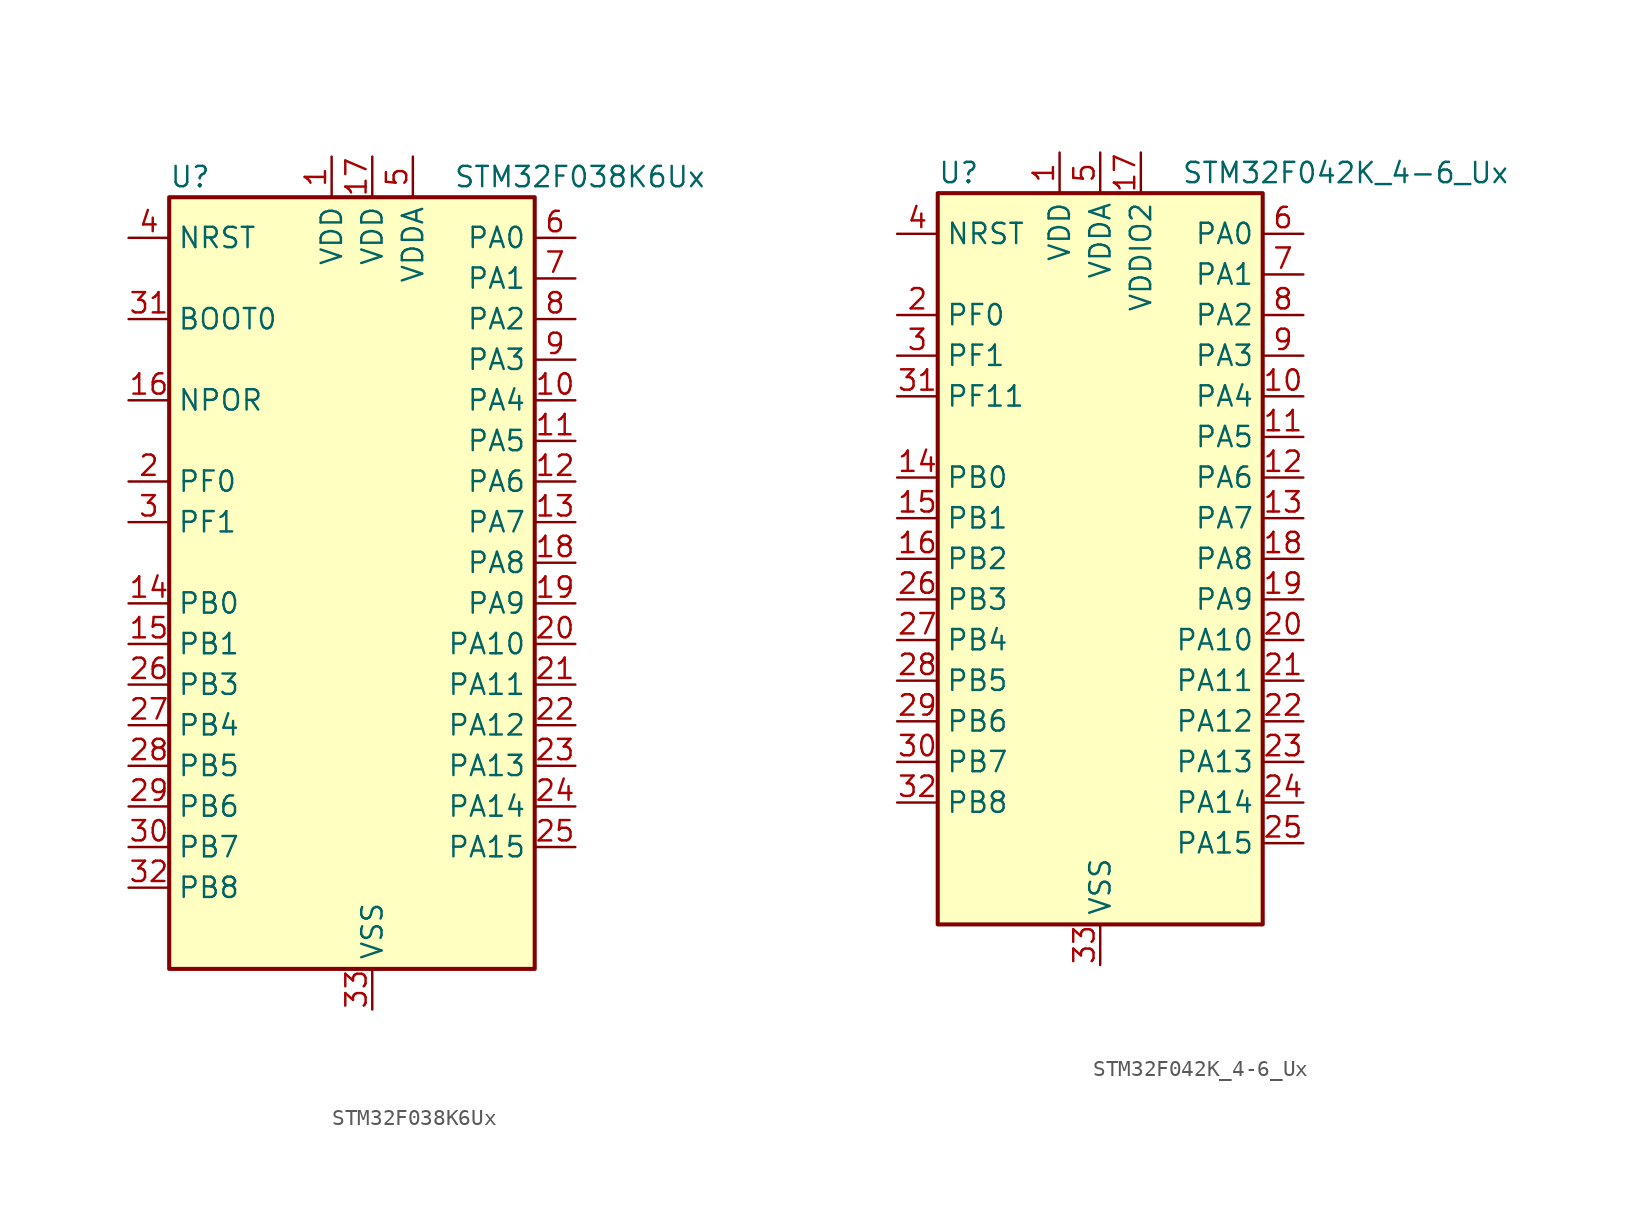
<source format=kicad_sym>
(kicad_symbol_lib
  (version 20220914)
  (generator kicad_symbol_editor)
  (symbol "STM32F038K6Ux"
    (property "Reference" "U"
      (at -10.16 26.67 0)
      (effects (font (size 1.27 1.27)) (justify left)))
    (property "Value" "STM32F038K6Ux"
      (at 7.62 26.67 0)
      (effects (font (size 1.27 1.27)) (justify left)))
    (property "ki_locked" ""
      (at 0 0 0)
      (effects (font (size 1.27 1.27))))
    (symbol "STM32F038K6Ux_0_1"
      (rectangle (start -10.16 -22.86) (end 12.7 25.4) (stroke (width 0.254) (type default)) (fill (type background))))
    (symbol "STM32F038K6Ux_1_1"
      (pin power_in line (at 0 27.94 270) (length 2.54) (name "VDD" (effects (font (size 1.27 1.27)))) (number "1" (effects (font (size 1.27 1.27)))))
      (pin bidirectional line (at 15.24 12.7 180) (length 2.54) (name "PA4" (effects (font (size 1.27 1.27)))) (number "10" (effects (font (size 1.27 1.27)))) (alternate "ADC_IN4" bidirectional line) (alternate "I2S1_WS" bidirectional line) (alternate "SPI1_NSS" bidirectional line) (alternate "TIM14_CH1" bidirectional line) (alternate "USART1_CK" bidirectional line))
      (pin bidirectional line (at 15.24 10.16 180) (length 2.54) (name "PA5" (effects (font (size 1.27 1.27)))) (number "11" (effects (font (size 1.27 1.27)))) (alternate "ADC_IN5" bidirectional line) (alternate "I2S1_CK" bidirectional line) (alternate "SPI1_SCK" bidirectional line) (alternate "TIM2_CH1" bidirectional line) (alternate "TIM2_ETR" bidirectional line))
      (pin bidirectional line (at 15.24 7.62 180) (length 2.54) (name "PA6" (effects (font (size 1.27 1.27)))) (number "12" (effects (font (size 1.27 1.27)))) (alternate "ADC_IN6" bidirectional line) (alternate "I2S1_MCK" bidirectional line) (alternate "SPI1_MISO" bidirectional line) (alternate "TIM16_CH1" bidirectional line) (alternate "TIM1_BKIN" bidirectional line) (alternate "TIM3_CH1" bidirectional line))
      (pin bidirectional line (at 15.24 5.08 180) (length 2.54) (name "PA7" (effects (font (size 1.27 1.27)))) (number "13" (effects (font (size 1.27 1.27)))) (alternate "ADC_IN7" bidirectional line) (alternate "I2S1_SD" bidirectional line) (alternate "SPI1_MOSI" bidirectional line) (alternate "TIM14_CH1" bidirectional line) (alternate "TIM17_CH1" bidirectional line) (alternate "TIM1_CH1N" bidirectional line) (alternate "TIM3_CH2" bidirectional line))
      (pin bidirectional line (at -12.7 0 0) (length 2.54) (name "PB0" (effects (font (size 1.27 1.27)))) (number "14" (effects (font (size 1.27 1.27)))) (alternate "ADC_IN8" bidirectional line) (alternate "TIM1_CH2N" bidirectional line) (alternate "TIM3_CH3" bidirectional line))
      (pin bidirectional line (at -12.7 -2.54 0) (length 2.54) (name "PB1" (effects (font (size 1.27 1.27)))) (number "15" (effects (font (size 1.27 1.27)))) (alternate "ADC_IN9" bidirectional line) (alternate "TIM14_CH1" bidirectional line) (alternate "TIM1_CH3N" bidirectional line) (alternate "TIM3_CH4" bidirectional line))
      (pin input line (at -12.7 12.7 0) (length 2.54) (name "NPOR" (effects (font (size 1.27 1.27)))) (number "16" (effects (font (size 1.27 1.27)))))
      (pin power_in line (at 2.54 27.94 270) (length 2.54) (name "VDD" (effects (font (size 1.27 1.27)))) (number "17" (effects (font (size 1.27 1.27)))))
      (pin bidirectional line (at 15.24 2.54 180) (length 2.54) (name "PA8" (effects (font (size 1.27 1.27)))) (number "18" (effects (font (size 1.27 1.27)))) (alternate "RCC_MCO" bidirectional line) (alternate "TIM1_CH1" bidirectional line) (alternate "USART1_CK" bidirectional line))
      (pin bidirectional line (at 15.24 0 180) (length 2.54) (name "PA9" (effects (font (size 1.27 1.27)))) (number "19" (effects (font (size 1.27 1.27)))) (alternate "I2C1_SCL" bidirectional line) (alternate "TIM1_CH2" bidirectional line) (alternate "USART1_TX" bidirectional line))
      (pin bidirectional line (at -12.7 7.62 0) (length 2.54) (name "PF0" (effects (font (size 1.27 1.27)))) (number "2" (effects (font (size 1.27 1.27)))) (alternate "RCC_OSC_IN" bidirectional line))
      (pin bidirectional line (at 15.24 -2.54 180) (length 2.54) (name "PA10" (effects (font (size 1.27 1.27)))) (number "20" (effects (font (size 1.27 1.27)))) (alternate "I2C1_SDA" bidirectional line) (alternate "TIM17_BKIN" bidirectional line) (alternate "TIM1_CH3" bidirectional line) (alternate "USART1_RX" bidirectional line))
      (pin bidirectional line (at 15.24 -5.08 180) (length 2.54) (name "PA11" (effects (font (size 1.27 1.27)))) (number "21" (effects (font (size 1.27 1.27)))) (alternate "TIM1_CH4" bidirectional line) (alternate "USART1_CTS" bidirectional line))
      (pin bidirectional line (at 15.24 -7.62 180) (length 2.54) (name "PA12" (effects (font (size 1.27 1.27)))) (number "22" (effects (font (size 1.27 1.27)))) (alternate "TIM1_ETR" bidirectional line) (alternate "USART1_DE" bidirectional line) (alternate "USART1_RTS" bidirectional line))
      (pin bidirectional line (at 15.24 -10.16 180) (length 2.54) (name "PA13" (effects (font (size 1.27 1.27)))) (number "23" (effects (font (size 1.27 1.27)))) (alternate "IR_OUT" bidirectional line) (alternate "SYS_SWDIO" bidirectional line))
      (pin bidirectional line (at 15.24 -12.7 180) (length 2.54) (name "PA14" (effects (font (size 1.27 1.27)))) (number "24" (effects (font (size 1.27 1.27)))) (alternate "SYS_SWCLK" bidirectional line) (alternate "USART1_TX" bidirectional line))
      (pin bidirectional line (at 15.24 -15.24 180) (length 2.54) (name "PA15" (effects (font (size 1.27 1.27)))) (number "25" (effects (font (size 1.27 1.27)))) (alternate "I2S1_WS" bidirectional line) (alternate "SPI1_NSS" bidirectional line) (alternate "TIM2_CH1" bidirectional line) (alternate "TIM2_ETR" bidirectional line) (alternate "USART1_RX" bidirectional line))
      (pin bidirectional line (at -12.7 -5.08 0) (length 2.54) (name "PB3" (effects (font (size 1.27 1.27)))) (number "26" (effects (font (size 1.27 1.27)))) (alternate "I2S1_CK" bidirectional line) (alternate "SPI1_SCK" bidirectional line) (alternate "TIM2_CH2" bidirectional line))
      (pin bidirectional line (at -12.7 -7.62 0) (length 2.54) (name "PB4" (effects (font (size 1.27 1.27)))) (number "27" (effects (font (size 1.27 1.27)))) (alternate "I2S1_MCK" bidirectional line) (alternate "SPI1_MISO" bidirectional line) (alternate "TIM3_CH1" bidirectional line))
      (pin bidirectional line (at -12.7 -10.16 0) (length 2.54) (name "PB5" (effects (font (size 1.27 1.27)))) (number "28" (effects (font (size 1.27 1.27)))) (alternate "I2C1_SMBA" bidirectional line) (alternate "I2S1_SD" bidirectional line) (alternate "SPI1_MOSI" bidirectional line) (alternate "TIM16_BKIN" bidirectional line) (alternate "TIM3_CH2" bidirectional line))
      (pin bidirectional line (at -12.7 -12.7 0) (length 2.54) (name "PB6" (effects (font (size 1.27 1.27)))) (number "29" (effects (font (size 1.27 1.27)))) (alternate "I2C1_SCL" bidirectional line) (alternate "TIM16_CH1N" bidirectional line) (alternate "USART1_TX" bidirectional line))
      (pin bidirectional line (at -12.7 5.08 0) (length 2.54) (name "PF1" (effects (font (size 1.27 1.27)))) (number "3" (effects (font (size 1.27 1.27)))) (alternate "RCC_OSC_OUT" bidirectional line))
      (pin bidirectional line (at -12.7 -15.24 0) (length 2.54) (name "PB7" (effects (font (size 1.27 1.27)))) (number "30" (effects (font (size 1.27 1.27)))) (alternate "I2C1_SDA" bidirectional line) (alternate "TIM17_CH1N" bidirectional line) (alternate "USART1_RX" bidirectional line))
      (pin input line (at -12.7 17.78 0) (length 2.54) (name "BOOT0" (effects (font (size 1.27 1.27)))) (number "31" (effects (font (size 1.27 1.27)))))
      (pin bidirectional line (at -12.7 -17.78 0) (length 2.54) (name "PB8" (effects (font (size 1.27 1.27)))) (number "32" (effects (font (size 1.27 1.27)))) (alternate "I2C1_SCL" bidirectional line) (alternate "TIM16_CH1" bidirectional line))
      (pin power_in line (at 2.54 -25.4 90) (length 2.54) (name "VSS" (effects (font (size 1.27 1.27)))) (number "33" (effects (font (size 1.27 1.27)))))
      (pin input line (at -12.7 22.86 0) (length 2.54) (name "NRST" (effects (font (size 1.27 1.27)))) (number "4" (effects (font (size 1.27 1.27)))))
      (pin power_in line (at 5.08 27.94 270) (length 2.54) (name "VDDA" (effects (font (size 1.27 1.27)))) (number "5" (effects (font (size 1.27 1.27)))))
      (pin bidirectional line (at 15.24 22.86 180) (length 2.54) (name "PA0" (effects (font (size 1.27 1.27)))) (number "6" (effects (font (size 1.27 1.27)))) (alternate "ADC_IN0" bidirectional line) (alternate "RTC_TAMP2" bidirectional line) (alternate "SYS_WKUP1" bidirectional line) (alternate "TIM2_CH1" bidirectional line) (alternate "TIM2_ETR" bidirectional line) (alternate "USART1_CTS" bidirectional line))
      (pin bidirectional line (at 15.24 20.32 180) (length 2.54) (name "PA1" (effects (font (size 1.27 1.27)))) (number "7" (effects (font (size 1.27 1.27)))) (alternate "ADC_IN1" bidirectional line) (alternate "TIM2_CH2" bidirectional line) (alternate "USART1_DE" bidirectional line) (alternate "USART1_RTS" bidirectional line))
      (pin bidirectional line (at 15.24 17.78 180) (length 2.54) (name "PA2" (effects (font (size 1.27 1.27)))) (number "8" (effects (font (size 1.27 1.27)))) (alternate "ADC_IN2" bidirectional line) (alternate "TIM2_CH3" bidirectional line) (alternate "USART1_TX" bidirectional line))
      (pin bidirectional line (at 15.24 15.24 180) (length 2.54) (name "PA3" (effects (font (size 1.27 1.27)))) (number "9" (effects (font (size 1.27 1.27)))) (alternate "ADC_IN3" bidirectional line) (alternate "TIM2_CH4" bidirectional line) (alternate "USART1_RX" bidirectional line))))
  (symbol "STM32F042K_4-6_Ux"
    (property "Reference" "U"
      (at -10.16 24.13 0)
      (effects (font (size 1.27 1.27)) (justify left)))
    (property "Value" "STM32F042K_4-6_Ux"
      (at 5.08 24.13 0)
      (effects (font (size 1.27 1.27)) (justify left)))
    (property "ki_locked" ""
      (at 0 0 0)
      (effects (font (size 1.27 1.27))))
    (symbol "STM32F042K_4-6_Ux_0_1"
      (rectangle (start -10.16 -22.86) (end 10.16 22.86) (stroke (width 0.254) (type default)) (fill (type background))))
    (symbol "STM32F042K_4-6_Ux_1_1"
      (pin power_in line (at -2.54 25.4 270) (length 2.54) (name "VDD" (effects (font (size 1.27 1.27)))) (number "1" (effects (font (size 1.27 1.27)))))
      (pin bidirectional line (at 12.7 10.16 180) (length 2.54) (name "PA4" (effects (font (size 1.27 1.27)))) (number "10" (effects (font (size 1.27 1.27)))) (alternate "ADC_IN4" bidirectional line) (alternate "I2S1_WS" bidirectional line) (alternate "SPI1_NSS" bidirectional line) (alternate "TIM14_CH1" bidirectional line) (alternate "TSC_G2_IO1" bidirectional line) (alternate "USART2_CK" bidirectional line) (alternate "USB_NOE" bidirectional line))
      (pin bidirectional line (at 12.7 7.62 180) (length 2.54) (name "PA5" (effects (font (size 1.27 1.27)))) (number "11" (effects (font (size 1.27 1.27)))) (alternate "ADC_IN5" bidirectional line) (alternate "CEC" bidirectional line) (alternate "I2S1_CK" bidirectional line) (alternate "SPI1_SCK" bidirectional line) (alternate "TIM2_CH1" bidirectional line) (alternate "TIM2_ETR" bidirectional line) (alternate "TSC_G2_IO2" bidirectional line))
      (pin bidirectional line (at 12.7 5.08 180) (length 2.54) (name "PA6" (effects (font (size 1.27 1.27)))) (number "12" (effects (font (size 1.27 1.27)))) (alternate "ADC_IN6" bidirectional line) (alternate "I2S1_MCK" bidirectional line) (alternate "SPI1_MISO" bidirectional line) (alternate "TIM16_CH1" bidirectional line) (alternate "TIM1_BKIN" bidirectional line) (alternate "TIM3_CH1" bidirectional line) (alternate "TSC_G2_IO3" bidirectional line))
      (pin bidirectional line (at 12.7 2.54 180) (length 2.54) (name "PA7" (effects (font (size 1.27 1.27)))) (number "13" (effects (font (size 1.27 1.27)))) (alternate "ADC_IN7" bidirectional line) (alternate "I2S1_SD" bidirectional line) (alternate "SPI1_MOSI" bidirectional line) (alternate "TIM14_CH1" bidirectional line) (alternate "TIM17_CH1" bidirectional line) (alternate "TIM1_CH1N" bidirectional line) (alternate "TIM3_CH2" bidirectional line) (alternate "TSC_G2_IO4" bidirectional line))
      (pin bidirectional line (at -12.7 5.08 0) (length 2.54) (name "PB0" (effects (font (size 1.27 1.27)))) (number "14" (effects (font (size 1.27 1.27)))) (alternate "ADC_IN8" bidirectional line) (alternate "TIM1_CH2N" bidirectional line) (alternate "TIM3_CH3" bidirectional line) (alternate "TSC_G3_IO2" bidirectional line))
      (pin bidirectional line (at -12.7 2.54 0) (length 2.54) (name "PB1" (effects (font (size 1.27 1.27)))) (number "15" (effects (font (size 1.27 1.27)))) (alternate "ADC_IN9" bidirectional line) (alternate "TIM14_CH1" bidirectional line) (alternate "TIM1_CH3N" bidirectional line) (alternate "TIM3_CH4" bidirectional line) (alternate "TSC_G3_IO3" bidirectional line))
      (pin bidirectional line (at -12.7 0 0) (length 2.54) (name "PB2" (effects (font (size 1.27 1.27)))) (number "16" (effects (font (size 1.27 1.27)))) (alternate "TSC_G3_IO4" bidirectional line))
      (pin power_in line (at 2.54 25.4 270) (length 2.54) (name "VDDIO2" (effects (font (size 1.27 1.27)))) (number "17" (effects (font (size 1.27 1.27)))))
      (pin bidirectional line (at 12.7 0 180) (length 2.54) (name "PA8" (effects (font (size 1.27 1.27)))) (number "18" (effects (font (size 1.27 1.27)))) (alternate "CRS_SYNC" bidirectional line) (alternate "RCC_MCO" bidirectional line) (alternate "TIM1_CH1" bidirectional line) (alternate "USART1_CK" bidirectional line))
      (pin bidirectional line (at 12.7 -2.54 180) (length 2.54) (name "PA9" (effects (font (size 1.27 1.27)))) (number "19" (effects (font (size 1.27 1.27)))) (alternate "I2C1_SCL" bidirectional line) (alternate "TIM1_CH2" bidirectional line) (alternate "TSC_G4_IO1" bidirectional line) (alternate "USART1_TX" bidirectional line))
      (pin bidirectional line (at -12.7 15.24 0) (length 2.54) (name "PF0" (effects (font (size 1.27 1.27)))) (number "2" (effects (font (size 1.27 1.27)))) (alternate "CRS_SYNC" bidirectional line) (alternate "I2C1_SDA" bidirectional line) (alternate "RCC_OSC_IN" bidirectional line))
      (pin bidirectional line (at 12.7 -5.08 180) (length 2.54) (name "PA10" (effects (font (size 1.27 1.27)))) (number "20" (effects (font (size 1.27 1.27)))) (alternate "I2C1_SDA" bidirectional line) (alternate "TIM17_BKIN" bidirectional line) (alternate "TIM1_CH3" bidirectional line) (alternate "TSC_G4_IO2" bidirectional line) (alternate "USART1_RX" bidirectional line))
      (pin bidirectional line (at 12.7 -7.62 180) (length 2.54) (name "PA11" (effects (font (size 1.27 1.27)))) (number "21" (effects (font (size 1.27 1.27)))) (alternate "CAN_RX" bidirectional line) (alternate "I2C1_SCL" bidirectional line) (alternate "TIM1_CH4" bidirectional line) (alternate "TSC_G4_IO3" bidirectional line) (alternate "USART1_CTS" bidirectional line) (alternate "USB_DM" bidirectional line))
      (pin bidirectional line (at 12.7 -10.16 180) (length 2.54) (name "PA12" (effects (font (size 1.27 1.27)))) (number "22" (effects (font (size 1.27 1.27)))) (alternate "CAN_TX" bidirectional line) (alternate "I2C1_SDA" bidirectional line) (alternate "TIM1_ETR" bidirectional line) (alternate "TSC_G4_IO4" bidirectional line) (alternate "USART1_DE" bidirectional line) (alternate "USART1_RTS" bidirectional line) (alternate "USB_DP" bidirectional line))
      (pin bidirectional line (at 12.7 -12.7 180) (length 2.54) (name "PA13" (effects (font (size 1.27 1.27)))) (number "23" (effects (font (size 1.27 1.27)))) (alternate "IR_OUT" bidirectional line) (alternate "SYS_SWDIO" bidirectional line) (alternate "USB_NOE" bidirectional line))
      (pin bidirectional line (at 12.7 -15.24 180) (length 2.54) (name "PA14" (effects (font (size 1.27 1.27)))) (number "24" (effects (font (size 1.27 1.27)))) (alternate "SYS_SWCLK" bidirectional line) (alternate "USART2_TX" bidirectional line))
      (pin bidirectional line (at 12.7 -17.78 180) (length 2.54) (name "PA15" (effects (font (size 1.27 1.27)))) (number "25" (effects (font (size 1.27 1.27)))) (alternate "I2S1_WS" bidirectional line) (alternate "SPI1_NSS" bidirectional line) (alternate "TIM2_CH1" bidirectional line) (alternate "TIM2_ETR" bidirectional line) (alternate "USART2_RX" bidirectional line) (alternate "USB_NOE" bidirectional line))
      (pin bidirectional line (at -12.7 -2.54 0) (length 2.54) (name "PB3" (effects (font (size 1.27 1.27)))) (number "26" (effects (font (size 1.27 1.27)))) (alternate "I2S1_CK" bidirectional line) (alternate "SPI1_SCK" bidirectional line) (alternate "TIM2_CH2" bidirectional line) (alternate "TSC_G5_IO1" bidirectional line))
      (pin bidirectional line (at -12.7 -5.08 0) (length 2.54) (name "PB4" (effects (font (size 1.27 1.27)))) (number "27" (effects (font (size 1.27 1.27)))) (alternate "I2S1_MCK" bidirectional line) (alternate "SPI1_MISO" bidirectional line) (alternate "TIM17_BKIN" bidirectional line) (alternate "TIM3_CH1" bidirectional line) (alternate "TSC_G5_IO2" bidirectional line))
      (pin bidirectional line (at -12.7 -7.62 0) (length 2.54) (name "PB5" (effects (font (size 1.27 1.27)))) (number "28" (effects (font (size 1.27 1.27)))) (alternate "I2C1_SMBA" bidirectional line) (alternate "I2S1_SD" bidirectional line) (alternate "SPI1_MOSI" bidirectional line) (alternate "SYS_WKUP6" bidirectional line) (alternate "TIM16_BKIN" bidirectional line) (alternate "TIM3_CH2" bidirectional line))
      (pin bidirectional line (at -12.7 -10.16 0) (length 2.54) (name "PB6" (effects (font (size 1.27 1.27)))) (number "29" (effects (font (size 1.27 1.27)))) (alternate "I2C1_SCL" bidirectional line) (alternate "TIM16_CH1N" bidirectional line) (alternate "TSC_G5_IO3" bidirectional line) (alternate "USART1_TX" bidirectional line))
      (pin bidirectional line (at -12.7 12.7 0) (length 2.54) (name "PF1" (effects (font (size 1.27 1.27)))) (number "3" (effects (font (size 1.27 1.27)))) (alternate "I2C1_SCL" bidirectional line) (alternate "RCC_OSC_OUT" bidirectional line))
      (pin bidirectional line (at -12.7 -12.7 0) (length 2.54) (name "PB7" (effects (font (size 1.27 1.27)))) (number "30" (effects (font (size 1.27 1.27)))) (alternate "I2C1_SDA" bidirectional line) (alternate "TIM17_CH1N" bidirectional line) (alternate "TSC_G5_IO4" bidirectional line) (alternate "USART1_RX" bidirectional line))
      (pin bidirectional line (at -12.7 10.16 0) (length 2.54) (name "PF11" (effects (font (size 1.27 1.27)))) (number "31" (effects (font (size 1.27 1.27)))))
      (pin bidirectional line (at -12.7 -15.24 0) (length 2.54) (name "PB8" (effects (font (size 1.27 1.27)))) (number "32" (effects (font (size 1.27 1.27)))) (alternate "CAN_RX" bidirectional line) (alternate "CEC" bidirectional line) (alternate "I2C1_SCL" bidirectional line) (alternate "TIM16_CH1" bidirectional line) (alternate "TSC_SYNC" bidirectional line))
      (pin power_in line (at 0 -25.4 90) (length 2.54) (name "VSS" (effects (font (size 1.27 1.27)))) (number "33" (effects (font (size 1.27 1.27)))))
      (pin input line (at -12.7 20.32 0) (length 2.54) (name "NRST" (effects (font (size 1.27 1.27)))) (number "4" (effects (font (size 1.27 1.27)))))
      (pin power_in line (at 0 25.4 270) (length 2.54) (name "VDDA" (effects (font (size 1.27 1.27)))) (number "5" (effects (font (size 1.27 1.27)))))
      (pin bidirectional line (at 12.7 20.32 180) (length 2.54) (name "PA0" (effects (font (size 1.27 1.27)))) (number "6" (effects (font (size 1.27 1.27)))) (alternate "ADC_IN0" bidirectional line) (alternate "RTC_TAMP2" bidirectional line) (alternate "SYS_WKUP1" bidirectional line) (alternate "TIM2_CH1" bidirectional line) (alternate "TIM2_ETR" bidirectional line) (alternate "TSC_G1_IO1" bidirectional line) (alternate "USART2_CTS" bidirectional line))
      (pin bidirectional line (at 12.7 17.78 180) (length 2.54) (name "PA1" (effects (font (size 1.27 1.27)))) (number "7" (effects (font (size 1.27 1.27)))) (alternate "ADC_IN1" bidirectional line) (alternate "TIM2_CH2" bidirectional line) (alternate "TSC_G1_IO2" bidirectional line) (alternate "USART2_DE" bidirectional line) (alternate "USART2_RTS" bidirectional line))
      (pin bidirectional line (at 12.7 15.24 180) (length 2.54) (name "PA2" (effects (font (size 1.27 1.27)))) (number "8" (effects (font (size 1.27 1.27)))) (alternate "ADC_IN2" bidirectional line) (alternate "SYS_WKUP4" bidirectional line) (alternate "TIM2_CH3" bidirectional line) (alternate "TSC_G1_IO3" bidirectional line) (alternate "USART2_TX" bidirectional line))
      (pin bidirectional line (at 12.7 12.7 180) (length 2.54) (name "PA3" (effects (font (size 1.27 1.27)))) (number "9" (effects (font (size 1.27 1.27)))) (alternate "ADC_IN3" bidirectional line) (alternate "TIM2_CH4" bidirectional line) (alternate "TSC_G1_IO4" bidirectional line) (alternate "USART2_RX" bidirectional line)))))
</source>
